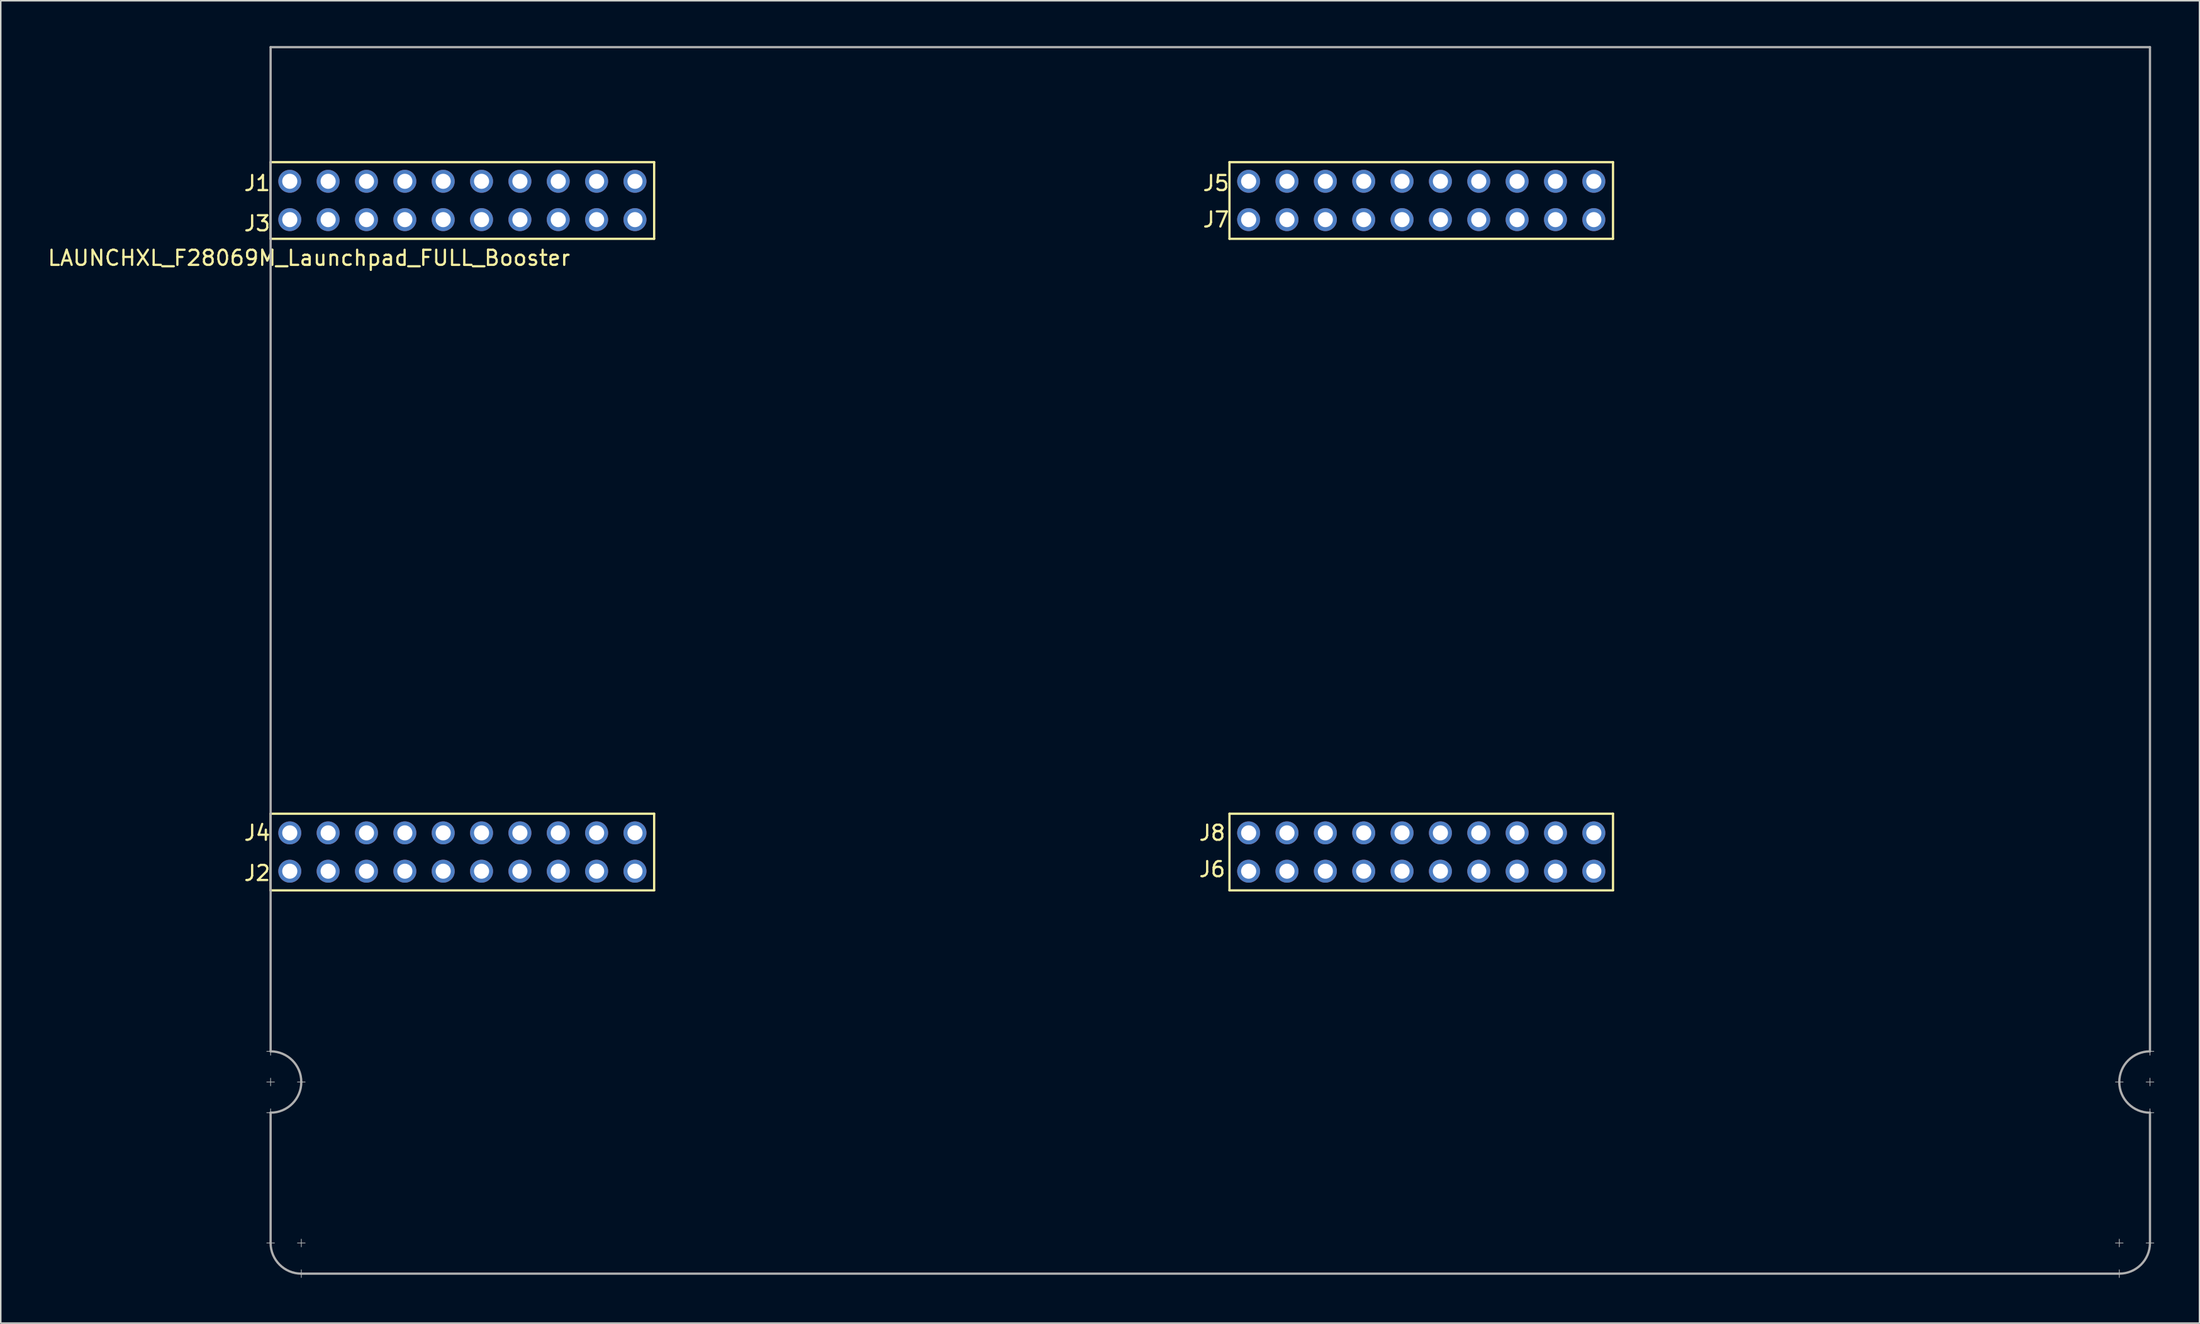
<source format=kicad_pcb>
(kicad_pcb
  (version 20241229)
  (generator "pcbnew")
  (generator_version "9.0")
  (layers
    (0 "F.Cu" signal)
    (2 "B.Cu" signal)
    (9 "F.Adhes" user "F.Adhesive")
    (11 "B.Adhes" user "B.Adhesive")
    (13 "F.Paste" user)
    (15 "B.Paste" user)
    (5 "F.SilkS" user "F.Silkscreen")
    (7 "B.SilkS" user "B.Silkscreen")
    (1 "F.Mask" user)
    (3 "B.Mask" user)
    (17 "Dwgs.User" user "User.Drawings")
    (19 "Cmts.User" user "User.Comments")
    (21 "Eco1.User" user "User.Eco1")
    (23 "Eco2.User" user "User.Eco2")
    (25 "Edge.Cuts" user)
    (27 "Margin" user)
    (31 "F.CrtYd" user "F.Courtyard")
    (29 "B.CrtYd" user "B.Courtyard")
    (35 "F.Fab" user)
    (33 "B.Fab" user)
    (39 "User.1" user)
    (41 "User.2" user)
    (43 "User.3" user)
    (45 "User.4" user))
  (footprint "LAUNCHXL_F28069M_Launchpad_FULL_Booster"
    (layer "F.Cu")
    (at 14.871 55.955)
    (property "Reference" "LAUNCHXL_F28069M_Launchpad_FULL_Booster" (at 2.54 -41.91 0) (layer "F.SilkS") (effects (font (size 1 1) (thickness 0.15))))
    (attr through_hole)
    (fp_line (start 0 -48.26) (end 0 -43.18) (stroke (width 0.15) (type solid)) (layer "F.SilkS"))
    (fp_line (start 0 -43.18) (end 25.4 -43.18) (stroke (width 0.15) (type solid)) (layer "F.SilkS"))
    (fp_line (start 0 -5.08) (end 0 0) (stroke (width 0.15) (type solid)) (layer "F.SilkS"))
    (fp_line (start 0 0) (end 25.4 0) (stroke (width 0.15) (type solid)) (layer "F.SilkS"))
    (fp_line (start 25.4 -48.26) (end 0 -48.26) (stroke (width 0.15) (type solid)) (layer "F.SilkS"))
    (fp_line (start 25.4 -43.18) (end 25.4 -48.26) (stroke (width 0.15) (type solid)) (layer "F.SilkS"))
    (fp_line (start 25.4 -5.08) (end 0 -5.08) (stroke (width 0.15) (type solid)) (layer "F.SilkS"))
    (fp_line (start 25.4 0) (end 25.4 -5.08) (stroke (width 0.15) (type solid)) (layer "F.SilkS"))
    (fp_line (start 63.5 -48.26) (end 63.5 -43.18) (stroke (width 0.15) (type solid)) (layer "F.SilkS"))
    (fp_line (start 63.5 -43.18) (end 88.9 -43.18) (stroke (width 0.15) (type solid)) (layer "F.SilkS"))
    (fp_line (start 63.5 -5.08) (end 63.5 0) (stroke (width 0.15) (type solid)) (layer "F.SilkS"))
    (fp_line (start 63.5 0) (end 88.9 0) (stroke (width 0.15) (type solid)) (layer "F.SilkS"))
    (fp_line (start 88.9 -48.26) (end 63.5 -48.26) (stroke (width 0.15) (type solid)) (layer "F.SilkS"))
    (fp_line (start 88.9 -43.18) (end 88.9 -48.26) (stroke (width 0.15) (type solid)) (layer "F.SilkS"))
    (fp_line (start 88.9 -5.08) (end 63.5 -5.08) (stroke (width 0.15) (type solid)) (layer "F.SilkS"))
    (fp_line (start 88.9 0) (end 88.9 -5.08) (stroke (width 0.15) (type solid)) (layer "F.SilkS"))
    (fp_line (start -0.254 10.668) (end 0.254 10.668) (stroke (width 0.05) (type solid)) (layer "F.Fab"))
    (fp_line (start -0.254 12.7) (end 0.254 12.7) (stroke (width 0.05) (type solid)) (layer "F.Fab"))
    (fp_line (start -0.254 14.732) (end 0.254 14.732) (stroke (width 0.05) (type solid)) (layer "F.Fab"))
    (fp_line (start 0 -55.88) (end 0 10.668) (stroke (width 0.15) (type solid)) (layer "F.Fab"))
    (fp_line (start 0 10.414) (end 0 10.922) (stroke (width 0.05) (type solid)) (layer "F.Fab"))
    (fp_line (start 0 12.446) (end 0 12.954) (stroke (width 0.05) (type solid)) (layer "F.Fab"))
    (fp_line (start 0 14.478) (end 0 14.986) (stroke (width 0.05) (type solid)) (layer "F.Fab"))
    (fp_line (start 0 14.732) (end 0 23.368) (stroke (width 0.15) (type solid)) (layer "F.Fab"))
    (fp_line (start 0 23.114) (end 0 23.622) (stroke (width 0.05) (type solid)) (layer "F.Fab"))
    (fp_line (start 0.254 23.368) (end -0.254 23.368) (stroke (width 0.05) (type solid)) (layer "F.Fab"))
    (fp_line (start 1.778 12.7) (end 2.286 12.7) (stroke (width 0.05) (type solid)) (layer "F.Fab"))
    (fp_line (start 2.032 23.114) (end 2.032 23.622) (stroke (width 0.05) (type solid)) (layer "F.Fab"))
    (fp_line (start 2.032 25.146) (end 2.032 25.654) (stroke (width 0.05) (type solid)) (layer "F.Fab"))
    (fp_line (start 2.032 25.4) (end 122.428 25.4) (stroke (width 0.15) (type solid)) (layer "F.Fab"))
    (fp_line (start 2.286 23.368) (end 1.778 23.368) (stroke (width 0.05) (type solid)) (layer "F.Fab"))
    (fp_line (start 122.174 23.368) (end 122.682 23.368) (stroke (width 0.05) (type solid)) (layer "F.Fab"))
    (fp_line (start 122.174 25.4) (end 122.682 25.4) (stroke (width 0.05) (type solid)) (layer "F.Fab"))
    (fp_line (start 122.428 23.114) (end 122.428 23.622) (stroke (width 0.05) (type solid)) (layer "F.Fab"))
    (fp_line (start 122.428 25.146) (end 122.428 25.654) (stroke (width 0.05) (type solid)) (layer "F.Fab"))
    (fp_line (start 122.682 12.7) (end 122.174 12.7) (stroke (width 0.05) (type solid)) (layer "F.Fab"))
    (fp_line (start 124.206 23.368) (end 124.714 23.368) (stroke (width 0.05) (type solid)) (layer "F.Fab"))
    (fp_line (start 124.46 -55.88) (end 0 -55.88) (stroke (width 0.15) (type solid)) (layer "F.Fab"))
    (fp_line (start 124.46 10.668) (end 124.46 -55.88) (stroke (width 0.15) (type solid)) (layer "F.Fab"))
    (fp_line (start 124.46 10.922) (end 124.46 10.414) (stroke (width 0.05) (type solid)) (layer "F.Fab"))
    (fp_line (start 124.46 12.954) (end 124.46 12.446) (stroke (width 0.05) (type solid)) (layer "F.Fab"))
    (fp_line (start 124.46 14.732) (end 124.46 23.368) (stroke (width 0.15) (type solid)) (layer "F.Fab"))
    (fp_line (start 124.46 14.986) (end 124.46 14.478) (stroke (width 0.05) (type solid)) (layer "F.Fab"))
    (fp_line (start 124.714 10.668) (end 124.206 10.668) (stroke (width 0.05) (type solid)) (layer "F.Fab"))
    (fp_line (start 124.714 12.7) (end 124.206 12.7) (stroke (width 0.05) (type solid)) (layer "F.Fab"))
    (fp_line (start 124.714 14.732) (end 124.206 14.732) (stroke (width 0.05) (type solid)) (layer "F.Fab"))
    (fp_arc (start 0 10.668) (mid 1.436841 11.263159) (end 2.032 12.7) (stroke (width 0.15) (type solid)) (layer "F.Fab"))
    (fp_arc (start 2.032 12.7) (mid 1.436841 14.136841) (end 0 14.732) (stroke (width 0.15) (type solid)) (layer "F.Fab"))
    (fp_arc (start 2.032 25.4) (mid 0.595159 24.804841) (end 0 23.368) (stroke (width 0.15) (type solid)) (layer "F.Fab"))
    (fp_arc (start 122.428 12.7) (mid 123.023159 11.263159) (end 124.46 10.668) (stroke (width 0.15) (type solid)) (layer "F.Fab"))
    (fp_arc (start 124.46 14.732) (mid 123.023159 14.136841) (end 122.428 12.7) (stroke (width 0.15) (type solid)) (layer "F.Fab"))
    (fp_arc (start 124.46 23.368) (mid 123.864841 24.804841) (end 122.428 25.4) (stroke (width 0.15) (type solid)) (layer "F.Fab"))
    (fp_text user "J6" (at 62.357 -1.397 0) (layer "F.SilkS") (effects (font (size 1 1) (thickness 0.15))))
    (fp_text user "J5" (at 62.611 -46.863 0) (layer "F.SilkS") (effects (font (size 1 1) (thickness 0.15))))
    (fp_text user "J8" (at 62.357 -3.81 0) (layer "F.SilkS") (effects (font (size 1 1) (thickness 0.15))))
    (fp_text user "J2" (at -0.889 -1.143 0) (layer "F.SilkS") (effects (font (size 1 1) (thickness 0.15))))
    (fp_text user "J7" (at 62.611 -44.45 0) (layer "F.SilkS") (effects (font (size 1 1) (thickness 0.15))))
    (fp_text user "J1" (at -0.889 -46.863 0) (layer "F.SilkS") (effects (font (size 1 1) (thickness 0.15))))
    (fp_text user "J3" (at -0.889 -44.196 0) (layer "F.SilkS") (effects (font (size 1 1) (thickness 0.15))))
    (fp_text user "J4" (at -0.889 -3.81 0) (layer "F.SilkS") (effects (font (size 1 1) (thickness 0.15))))
    (pad "+3V3" thru_hole circle (at 24.13 -46.99) (size 1.52 1.52) (drill 1) (layers "*.Cu" "*.Mask" "F.Paste"))
    (pad "+3V3" thru_hole circle (at 87.63 -46.99) (size 1.52 1.52) (drill 1) (layers "*.Cu" "*.Mask" "F.Paste"))
    (pad "+5V" thru_hole circle (at 24.13 -44.45) (size 1.52 1.52) (drill 1) (layers "*.Cu" "*.Mask" "F.Paste"))
    (pad "+5V" thru_hole circle (at 87.63 -44.45) (size 1.52 1.52) (drill 1) (layers "*.Cu" "*.Mask" "F.Paste"))
    (pad "A_A0" thru_hole circle (at 8.89 -44.45) (size 1.52 1.52) (drill 1) (layers "*.Cu" "*.Mask" "F.Paste"))
    (pad "A_A1" thru_hole circle (at 3.81 -44.45) (size 1.52 1.52) (drill 1) (layers "*.Cu" "*.Mask" "F.Paste"))
    (pad "A_A2" thru_hole circle (at 13.97 -44.45) (size 1.52 1.52) (drill 1) (layers "*.Cu" "*.Mask" "F.Paste"))
    (pad "A_A3" thru_hole circle (at 72.39 -44.45) (size 1.52 1.52) (drill 1) (layers "*.Cu" "*.Mask" "F.Paste"))
    (pad "A_A4" thru_hole circle (at 67.31 -44.45) (size 1.52 1.52) (drill 1) (layers "*.Cu" "*.Mask" "F.Paste"))
    (pad "A_A5" thru_hole circle (at 77.47 -44.45) (size 1.52 1.52) (drill 1) (layers "*.Cu" "*.Mask" "F.Paste"))
    (pad "A_A6" thru_hole circle (at 21.59 -46.99) (size 1.52 1.52) (drill 1) (layers "*.Cu" "*.Mask" "F.Paste"))
    (pad "A_A7" thru_hole circle (at 19.05 -44.45) (size 1.52 1.52) (drill 1) (layers "*.Cu" "*.Mask" "F.Paste"))
    (pad "A_B0" thru_hole circle (at 6.35 -44.45) (size 1.52 1.52) (drill 1) (layers "*.Cu" "*.Mask" "F.Paste"))
    (pad "A_B1" thru_hole circle (at 16.51 -44.45) (size 1.52 1.52) (drill 1) (layers "*.Cu" "*.Mask" "F.Paste"))
    (pad "A_B2" thru_hole circle (at 11.43 -44.45) (size 1.52 1.52) (drill 1) (layers "*.Cu" "*.Mask" "F.Paste"))
    (pad "A_B3" thru_hole circle (at 69.85 -44.45) (size 1.52 1.52) (drill 1) (layers "*.Cu" "*.Mask" "F.Paste"))
    (pad "A_B4" thru_hole circle (at 80.01 -44.45) (size 1.52 1.52) (drill 1) (layers "*.Cu" "*.Mask" "F.Paste"))
    (pad "A_B5" thru_hole circle (at 74.93 -44.45) (size 1.52 1.52) (drill 1) (layers "*.Cu" "*.Mask" "F.Paste"))
    (pad "A_B6" thru_hole circle (at 11.43 -46.99) (size 1.52 1.52) (drill 1) (layers "*.Cu" "*.Mask" "F.Paste"))
    (pad "A_B7" thru_hole circle (at 82.55 -44.45) (size 1.52 1.52) (drill 1) (layers "*.Cu" "*.Mask" "F.Paste"))
    (pad "DAC1" thru_hole circle (at 3.81 -3.81) (size 1.52 1.52) (drill 1) (layers "*.Cu" "*.Mask" "F.Paste"))
    (pad "DAC2" thru_hole circle (at 1.27 -3.81) (size 1.52 1.52) (drill 1) (layers "*.Cu" "*.Mask" "F.Paste"))
    (pad "DAC3" thru_hole circle (at 67.31 -3.81) (size 1.52 1.52) (drill 1) (layers "*.Cu" "*.Mask" "F.Paste"))
    (pad "DAC4" thru_hole circle (at 64.77 -3.81) (size 1.52 1.52) (drill 1) (layers "*.Cu" "*.Mask" "F.Paste"))
    (pad "GND" thru_hole circle (at 21.59 -44.45) (size 1.52 1.52) (drill 1) (layers "*.Cu" "*.Mask" "F.Paste"))
    (pad "GND" thru_hole circle (at 24.13 -1.27) (size 1.52 1.52) (drill 1) (layers "*.Cu" "*.Mask" "F.Paste"))
    (pad "GND" thru_hole circle (at 85.09 -44.45) (size 1.52 1.52) (drill 1) (layers "*.Cu" "*.Mask" "F.Paste"))
    (pad "GND" thru_hole circle (at 87.63 -1.27) (size 1.52 1.52) (drill 1) (layers "*.Cu" "*.Mask" "F.Paste"))
    (pad "NC" thru_hole circle (at 1.27 -44.45) (size 1.52 1.52) (drill 1) (layers "*.Cu" "*.Mask" "F.Paste"))
    (pad "NC" thru_hole circle (at 6.35 -3.81) (size 1.52 1.52) (drill 1) (layers "*.Cu" "*.Mask" "F.Paste"))
    (pad "NC" thru_hole circle (at 16.51 -1.27) (size 1.52 1.52) (drill 1) (layers "*.Cu" "*.Mask" "F.Paste"))
    (pad "NC" thru_hole circle (at 64.77 -44.45) (size 1.52 1.52) (drill 1) (layers "*.Cu" "*.Mask" "F.Paste"))
    (pad "NC" thru_hole circle (at 69.85 -3.81) (size 1.52 1.52) (drill 1) (layers "*.Cu" "*.Mask" "F.Paste"))
    (pad "NC" thru_hole circle (at 72.39 -3.81) (size 1.52 1.52) (drill 1) (layers "*.Cu" "*.Mask" "F.Paste"))
    (pad "NC" thru_hole circle (at 74.93 -46.99) (size 1.52 1.52) (drill 1) (layers "*.Cu" "*.Mask" "F.Paste"))
    (pad "NC" thru_hole circle (at 80.01 -1.27) (size 1.52 1.52) (drill 1) (layers "*.Cu" "*.Mask" "F.Paste"))
    (pad "NC" thru_hole circle (at 85.09 -46.99) (size 1.52 1.52) (drill 1) (layers "*.Cu" "*.Mask" "F.Paste"))
    (pad "P_0" thru_hole circle (at 24.13 -3.81) (size 1.52 1.52) (drill 1) (layers "*.Cu" "*.Mask" "F.Paste"))
    (pad "P_1" thru_hole circle (at 21.59 -3.81) (size 1.52 1.52) (drill 1) (layers "*.Cu" "*.Mask" "F.Paste"))
    (pad "P_2" thru_hole circle (at 19.05 -3.81) (size 1.52 1.52) (drill 1) (layers "*.Cu" "*.Mask" "F.Paste"))
    (pad "P_3" thru_hole circle (at 16.51 -3.81) (size 1.52 1.52) (drill 1) (layers "*.Cu" "*.Mask" "F.Paste"))
    (pad "P_4" thru_hole circle (at 13.97 -3.81) (size 1.52 1.52) (drill 1) (layers "*.Cu" "*.Mask" "F.Paste"))
    (pad "P_5" thru_hole circle (at 11.43 -3.81) (size 1.52 1.52) (drill 1) (layers "*.Cu" "*.Mask" "F.Paste"))
    (pad "P_6" thru_hole circle (at 87.63 -3.81) (size 1.52 1.52) (drill 1) (layers "*.Cu" "*.Mask" "F.Paste"))
    (pad "P_7" thru_hole circle (at 85.09 -3.81) (size 1.52 1.52) (drill 1) (layers "*.Cu" "*.Mask" "F.Paste"))
    (pad "P_8" thru_hole circle (at 82.55 -3.81) (size 1.52 1.52) (drill 1) (layers "*.Cu" "*.Mask" "F.Paste"))
    (pad "P_9" thru_hole circle (at 80.01 -3.81) (size 1.52 1.52) (drill 1) (layers "*.Cu" "*.Mask" "F.Paste"))
    (pad "P_10" thru_hole circle (at 77.47 -3.81) (size 1.52 1.52) (drill 1) (layers "*.Cu" "*.Mask" "F.Paste"))
    (pad "P_11" thru_hole circle (at 74.93 -3.81) (size 1.52 1.52) (drill 1) (layers "*.Cu" "*.Mask" "F.Paste"))
    (pad "P_12" thru_hole circle (at 13.97 -46.99) (size 1.52 1.52) (drill 1) (layers "*.Cu" "*.Mask" "F.Paste"))
    (pad "P_13" thru_hole circle (at 8.89 -3.81) (size 1.52 1.52) (drill 1) (layers "*.Cu" "*.Mask" "F.Paste"))
    (pad "P_14" thru_hole circle (at 72.39 -46.99) (size 1.52 1.52) (drill 1) (layers "*.Cu" "*.Mask" "F.Paste"))
    (pad "P_15" thru_hole circle (at 82.55 -46.99) (size 1.52 1.52) (drill 1) (layers "*.Cu" "*.Mask" "F.Paste"))
    (pad "P_16" thru_hole circle (at 11.43 -1.27) (size 1.52 1.52) (drill 1) (layers "*.Cu" "*.Mask" "F.Paste"))
    (pad "P_17" thru_hole circle (at 8.89 -1.27) (size 1.52 1.52) (drill 1) (layers "*.Cu" "*.Mask" "F.Paste"))
    (pad "P_18" thru_hole circle (at 8.89 -46.99) (size 1.52 1.52) (drill 1) (layers "*.Cu" "*.Mask" "F.Paste"))
    (pad "P_19" thru_hole circle (at 21.59 -1.27) (size 1.52 1.52) (drill 1) (layers "*.Cu" "*.Mask" "F.Paste"))
    (pad "P_20" thru_hole circle (at 77.47 -46.99) (size 1.52 1.52) (drill 1) (layers "*.Cu" "*.Mask" "F.Paste"))
    (pad "P_21" thru_hole circle (at 69.85 -46.99) (size 1.52 1.52) (drill 1) (layers "*.Cu" "*.Mask" "F.Paste"))
    (pad "P_22" thru_hole circle (at 6.35 -46.99) (size 1.52 1.52) (drill 1) (layers "*.Cu" "*.Mask" "F.Paste"))
    (pad "P_23" thru_hole circle (at 67.31 -46.99) (size 1.52 1.52) (drill 1) (layers "*.Cu" "*.Mask" "F.Paste"))
    (pad "P_24" thru_hole circle (at 74.93 -1.27) (size 1.52 1.52) (drill 1) (layers "*.Cu" "*.Mask" "F.Paste"))
    (pad "P_25" thru_hole circle (at 72.39 -1.27) (size 1.52 1.52) (drill 1) (layers "*.Cu" "*.Mask" "F.Paste"))
    (pad "P_26" thru_hole circle (at 82.55 -1.27) (size 1.52 1.52) (drill 1) (layers "*.Cu" "*.Mask" "F.Paste"))
    (pad "P_27" thru_hole circle (at 85.09 -1.27) (size 1.52 1.52) (drill 1) (layers "*.Cu" "*.Mask" "F.Paste"))
    (pad "P_28" thru_hole circle (at 19.05 -46.99) (size 1.52 1.52) (drill 1) (layers "*.Cu" "*.Mask" "F.Paste"))
    (pad "P_29" thru_hole circle (at 16.51 -46.99) (size 1.52 1.52) (drill 1) (layers "*.Cu" "*.Mask" "F.Paste"))
    (pad "P_32" thru_hole circle (at 1.27 -46.99) (size 1.52 1.52) (drill 1) (layers "*.Cu" "*.Mask" "F.Paste"))
    (pad "P_33" thru_hole circle (at 3.81 -46.99) (size 1.52 1.52) (drill 1) (layers "*.Cu" "*.Mask" "F.Paste"))
    (pad "P_44" thru_hole circle (at 19.05 -1.27) (size 1.52 1.52) (drill 1) (layers "*.Cu" "*.Mask" "F.Paste"))
    (pad "P_50" thru_hole circle (at 6.35 -1.27) (size 1.52 1.52) (drill 1) (layers "*.Cu" "*.Mask" "F.Paste"))
    (pad "P_51" thru_hole circle (at 3.81 -1.27) (size 1.52 1.52) (drill 1) (layers "*.Cu" "*.Mask" "F.Paste"))
    (pad "P_52" thru_hole circle (at 69.85 -1.27) (size 1.52 1.52) (drill 1) (layers "*.Cu" "*.Mask" "F.Paste"))
    (pad "P_53" thru_hole circle (at 67.31 -1.27) (size 1.52 1.52) (drill 1) (layers "*.Cu" "*.Mask" "F.Paste"))
    (pad "P_54" thru_hole circle (at 64.77 -46.99) (size 1.52 1.52) (drill 1) (layers "*.Cu" "*.Mask" "F.Paste"))
    (pad "P_55" thru_hole circle (at 1.27 -1.27) (size 1.52 1.52) (drill 1) (layers "*.Cu" "*.Mask" "F.Paste"))
    (pad "P_56" thru_hole circle (at 64.77 -1.27) (size 1.52 1.52) (drill 1) (layers "*.Cu" "*.Mask" "F.Paste"))
    (pad "P_58" thru_hole circle (at 80.01 -46.99) (size 1.52 1.52) (drill 1) (layers "*.Cu" "*.Mask" "F.Paste"))
    (pad "Rese" thru_hole circle (at 13.97 -1.27) (size 1.52 1.52) (drill 1) (layers "*.Cu" "*.Mask" "F.Paste"))
    (pad "Rese" thru_hole circle (at 77.47 -1.27) (size 1.52 1.52) (drill 1) (layers "*.Cu" "*.Mask" "F.Paste")))
  (gr_rect
    (start -3 -3)
    (end 142.61 84.634)
    (stroke (width 0.1) (type default))
    (fill no)
    (layer "Edge.Cuts")))
</source>
